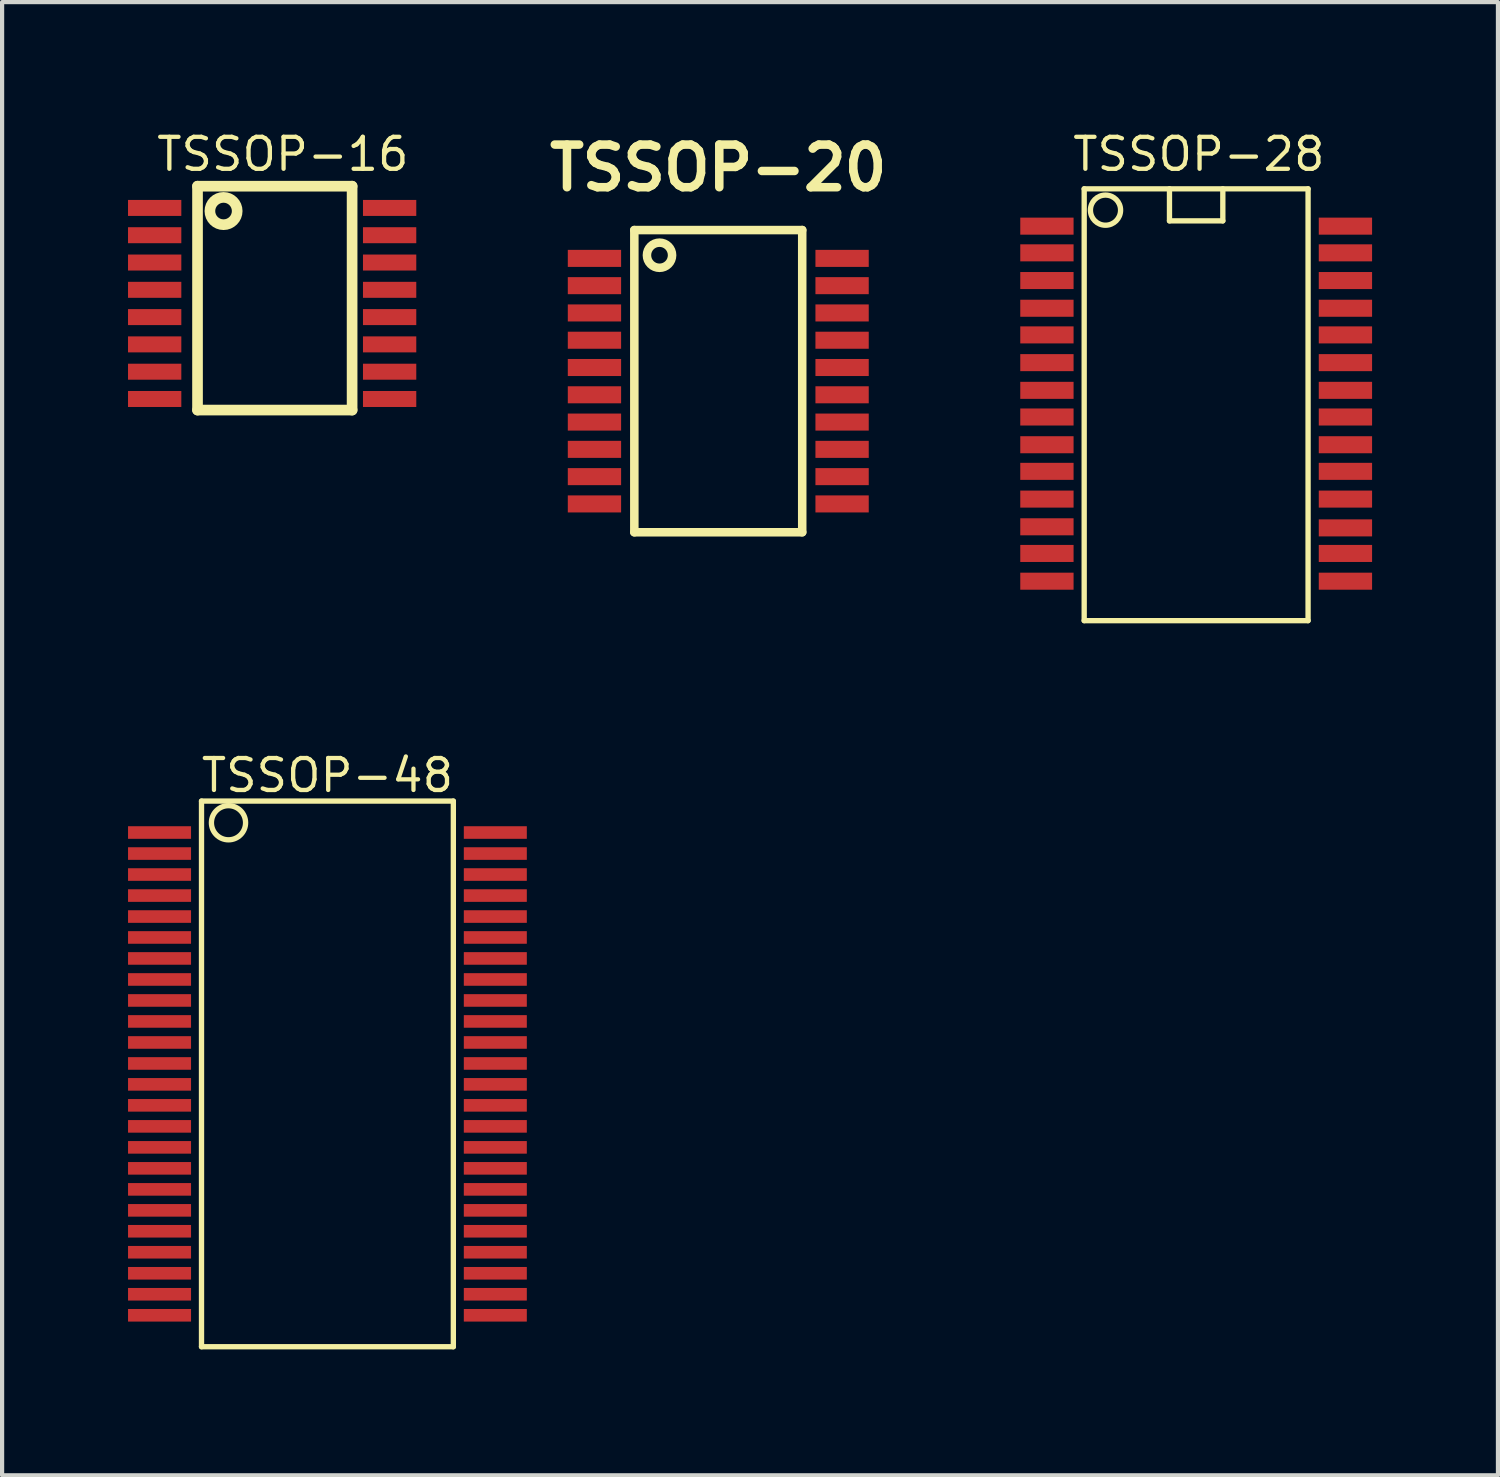
<source format=kicad_pcb>
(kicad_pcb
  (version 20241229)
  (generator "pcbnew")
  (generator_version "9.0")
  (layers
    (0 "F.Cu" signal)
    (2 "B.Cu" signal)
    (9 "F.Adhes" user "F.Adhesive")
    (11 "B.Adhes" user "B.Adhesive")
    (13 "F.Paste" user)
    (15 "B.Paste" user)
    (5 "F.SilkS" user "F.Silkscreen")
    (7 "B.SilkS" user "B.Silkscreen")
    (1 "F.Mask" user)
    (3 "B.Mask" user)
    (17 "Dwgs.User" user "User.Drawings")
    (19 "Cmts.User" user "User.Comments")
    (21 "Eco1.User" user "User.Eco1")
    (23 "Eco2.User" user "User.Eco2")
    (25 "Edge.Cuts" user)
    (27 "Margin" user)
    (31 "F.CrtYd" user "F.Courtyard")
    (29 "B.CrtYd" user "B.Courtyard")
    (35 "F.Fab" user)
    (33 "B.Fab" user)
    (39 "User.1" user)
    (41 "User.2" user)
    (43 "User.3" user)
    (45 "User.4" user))
  (footprint "TSSOP-20"
    (layer "F.Cu")
    (at 14.063 6.031)
    (property "Reference" "TSSOP-20" (at 0 -5.08 0) (layer "F.SilkS") (effects (font (size 1.016 1.016) (thickness 0.203))))
    (attr smd)
    (fp_line (start -2 -3.6) (end 2 -3.6) (stroke (width 0.203) (type solid)) (layer "F.SilkS"))
    (fp_line (start -2 3.6) (end -2 -3.6) (stroke (width 0.203) (type solid)) (layer "F.SilkS"))
    (fp_line (start 2 -3.6) (end 2 3.6) (stroke (width 0.203) (type solid)) (layer "F.SilkS"))
    (fp_line (start 2 3.6) (end -2 3.6) (stroke (width 0.203) (type solid)) (layer "F.SilkS"))
    (fp_circle (center -1.4 -3) (end -1.4 -2.7) (stroke (width 0.203) (type solid)) (fill no) (layer "F.SilkS"))
    (pad "1" smd rect (at -2.95 -2.925 270) (size 0.406 1.27) (layers "F.Cu" "F.Mask" "F.Paste"))
    (pad "2" smd rect (at -2.95 -2.275 270) (size 0.406 1.27) (layers "F.Cu" "F.Mask" "F.Paste"))
    (pad "3" smd rect (at -2.95 -1.625 270) (size 0.406 1.27) (layers "F.Cu" "F.Mask" "F.Paste"))
    (pad "4" smd rect (at -2.95 -0.975 270) (size 0.406 1.27) (layers "F.Cu" "F.Mask" "F.Paste"))
    (pad "5" smd rect (at -2.95 -0.325 270) (size 0.406 1.27) (layers "F.Cu" "F.Mask" "F.Paste"))
    (pad "6" smd rect (at -2.95 0.325 270) (size 0.406 1.27) (layers "F.Cu" "F.Mask" "F.Paste"))
    (pad "7" smd rect (at -2.95 0.975 270) (size 0.406 1.27) (layers "F.Cu" "F.Mask" "F.Paste"))
    (pad "8" smd rect (at -2.95 1.625 270) (size 0.406 1.27) (layers "F.Cu" "F.Mask" "F.Paste"))
    (pad "9" smd rect (at -2.95 2.275 270) (size 0.406 1.27) (layers "F.Cu" "F.Mask" "F.Paste"))
    (pad "10" smd rect (at -2.95 2.925 270) (size 0.406 1.27) (layers "F.Cu" "F.Mask" "F.Paste"))
    (pad "11" smd rect (at 2.95 2.925 270) (size 0.406 1.27) (layers "F.Cu" "F.Mask" "F.Paste"))
    (pad "12" smd rect (at 2.95 2.275 270) (size 0.406 1.27) (layers "F.Cu" "F.Mask" "F.Paste"))
    (pad "13" smd rect (at 2.95 1.625 270) (size 0.406 1.27) (layers "F.Cu" "F.Mask" "F.Paste"))
    (pad "14" smd rect (at 2.95 0.975 270) (size 0.406 1.27) (layers "F.Cu" "F.Mask" "F.Paste"))
    (pad "15" smd rect (at 2.95 0.325 270) (size 0.406 1.27) (layers "F.Cu" "F.Mask" "F.Paste"))
    (pad "16" smd rect (at 2.95 -0.325 270) (size 0.406 1.27) (layers "F.Cu" "F.Mask" "F.Paste"))
    (pad "17" smd rect (at 2.95 -0.975 270) (size 0.406 1.27) (layers "F.Cu" "F.Mask" "F.Paste"))
    (pad "18" smd rect (at 2.95 -1.625 270) (size 0.406 1.27) (layers "F.Cu" "F.Mask" "F.Paste"))
    (pad "19" smd rect (at 2.95 -2.275 270) (size 0.406 1.27) (layers "F.Cu" "F.Mask" "F.Paste"))
    (pad "20" smd rect (at 2.95 -2.925 270) (size 0.406 1.27) (layers "F.Cu" "F.Mask" "F.Paste")))
  (footprint "TSSOP-48"
    (layer "F.Cu")
    (at 4.751 22.536)
    (property "Reference" "TSSOP-48" (at 0 -7.112 0) (layer "F.SilkS") (effects (font (size 0.762 0.762) (thickness 0.102))))
    (attr through_hole)
    (fp_line (start -3 -6.5) (end 3 -6.5) (stroke (width 0.127) (type solid)) (layer "F.SilkS"))
    (fp_line (start -3 6.5) (end -3 -6.5) (stroke (width 0.127) (type solid)) (layer "F.SilkS"))
    (fp_line (start 3 -6.5) (end 3 6.5) (stroke (width 0.127) (type solid)) (layer "F.SilkS"))
    (fp_line (start 3 6.5) (end -3 6.5) (stroke (width 0.127) (type solid)) (layer "F.SilkS"))
    (fp_circle (center -2.357 -5.984) (end -2.675 -6.238) (stroke (width 0.127) (type solid)) (fill no) (layer "F.SilkS"))
    (pad "1" smd rect (at -4 -5.751 270) (size 0.3 1.501) (layers "F.Cu" "F.Mask" "F.Paste"))
    (pad "2" smd rect (at -4 -5.25 270) (size 0.3 1.501) (layers "F.Cu" "F.Mask" "F.Paste"))
    (pad "3" smd rect (at -4 -4.75 270) (size 0.3 1.501) (layers "F.Cu" "F.Mask" "F.Paste"))
    (pad "4" smd rect (at -4 -4.249 270) (size 0.3 1.501) (layers "F.Cu" "F.Mask" "F.Paste"))
    (pad "5" smd rect (at -4 -3.749 270) (size 0.3 1.501) (layers "F.Cu" "F.Mask" "F.Paste"))
    (pad "6" smd rect (at -4 -3.251 270) (size 0.3 1.501) (layers "F.Cu" "F.Mask" "F.Paste"))
    (pad "7" smd rect (at -4 -2.751 270) (size 0.3 1.501) (layers "F.Cu" "F.Mask" "F.Paste"))
    (pad "8" smd rect (at -4 -2.25 270) (size 0.3 1.501) (layers "F.Cu" "F.Mask" "F.Paste"))
    (pad "9" smd rect (at -4 -1.75 270) (size 0.3 1.501) (layers "F.Cu" "F.Mask" "F.Paste"))
    (pad "10" smd rect (at -4 -1.25 270) (size 0.3 1.501) (layers "F.Cu" "F.Mask" "F.Paste"))
    (pad "11" smd rect (at -4 -0.749 270) (size 0.3 1.501) (layers "F.Cu" "F.Mask" "F.Paste"))
    (pad "12" smd rect (at -4 -0.249 270) (size 0.3 1.501) (layers "F.Cu" "F.Mask" "F.Paste"))
    (pad "13" smd rect (at -4 0.249 270) (size 0.3 1.501) (layers "F.Cu" "F.Mask" "F.Paste"))
    (pad "14" smd rect (at -4 0.749 270) (size 0.3 1.501) (layers "F.Cu" "F.Mask" "F.Paste"))
    (pad "15" smd rect (at -4 1.25 270) (size 0.3 1.501) (layers "F.Cu" "F.Mask" "F.Paste"))
    (pad "16" smd rect (at -4 1.75 270) (size 0.3 1.501) (layers "F.Cu" "F.Mask" "F.Paste"))
    (pad "17" smd rect (at -4 2.25 270) (size 0.3 1.501) (layers "F.Cu" "F.Mask" "F.Paste"))
    (pad "18" smd rect (at -4 2.751 270) (size 0.3 1.501) (layers "F.Cu" "F.Mask" "F.Paste"))
    (pad "19" smd rect (at -4 3.251 270) (size 0.3 1.501) (layers "F.Cu" "F.Mask" "F.Paste"))
    (pad "20" smd rect (at -4 3.749 270) (size 0.3 1.501) (layers "F.Cu" "F.Mask" "F.Paste"))
    (pad "21" smd rect (at -4 4.249 270) (size 0.3 1.501) (layers "F.Cu" "F.Mask" "F.Paste"))
    (pad "22" smd rect (at -4 4.75 270) (size 0.3 1.501) (layers "F.Cu" "F.Mask" "F.Paste"))
    (pad "23" smd rect (at -4 5.25 270) (size 0.3 1.501) (layers "F.Cu" "F.Mask" "F.Paste"))
    (pad "24" smd rect (at -4 5.751 270) (size 0.3 1.501) (layers "F.Cu" "F.Mask" "F.Paste"))
    (pad "25" smd rect (at 4 5.751 270) (size 0.3 1.501) (layers "F.Cu" "F.Mask" "F.Paste"))
    (pad "26" smd rect (at 4 5.25 270) (size 0.3 1.501) (layers "F.Cu" "F.Mask" "F.Paste"))
    (pad "27" smd rect (at 4 4.75 270) (size 0.3 1.501) (layers "F.Cu" "F.Mask" "F.Paste"))
    (pad "28" smd rect (at 4 4.249 270) (size 0.3 1.501) (layers "F.Cu" "F.Mask" "F.Paste"))
    (pad "29" smd rect (at 4 3.749 270) (size 0.3 1.501) (layers "F.Cu" "F.Mask" "F.Paste"))
    (pad "30" smd rect (at 4 3.251 270) (size 0.3 1.501) (layers "F.Cu" "F.Mask" "F.Paste"))
    (pad "31" smd rect (at 4 2.751 270) (size 0.3 1.501) (layers "F.Cu" "F.Mask" "F.Paste"))
    (pad "32" smd rect (at 4 2.25 270) (size 0.3 1.501) (layers "F.Cu" "F.Mask" "F.Paste"))
    (pad "33" smd rect (at 4 1.75 270) (size 0.3 1.501) (layers "F.Cu" "F.Mask" "F.Paste"))
    (pad "34" smd rect (at 4 1.25 270) (size 0.3 1.501) (layers "F.Cu" "F.Mask" "F.Paste"))
    (pad "35" smd rect (at 4 0.749 270) (size 0.3 1.501) (layers "F.Cu" "F.Mask" "F.Paste"))
    (pad "36" smd rect (at 4 0.249 270) (size 0.3 1.501) (layers "F.Cu" "F.Mask" "F.Paste"))
    (pad "37" smd rect (at 4 -0.249 270) (size 0.3 1.501) (layers "F.Cu" "F.Mask" "F.Paste"))
    (pad "38" smd rect (at 4 -0.749 270) (size 0.3 1.501) (layers "F.Cu" "F.Mask" "F.Paste"))
    (pad "39" smd rect (at 4 -1.25 270) (size 0.3 1.501) (layers "F.Cu" "F.Mask" "F.Paste"))
    (pad "40" smd rect (at 4 -1.75 270) (size 0.3 1.501) (layers "F.Cu" "F.Mask" "F.Paste"))
    (pad "41" smd rect (at 4 -2.25 270) (size 0.3 1.501) (layers "F.Cu" "F.Mask" "F.Paste"))
    (pad "42" smd rect (at 4 -2.751 270) (size 0.3 1.501) (layers "F.Cu" "F.Mask" "F.Paste"))
    (pad "43" smd rect (at 4 -3.251 270) (size 0.3 1.501) (layers "F.Cu" "F.Mask" "F.Paste"))
    (pad "44" smd rect (at 4 -3.749 270) (size 0.3 1.501) (layers "F.Cu" "F.Mask" "F.Paste"))
    (pad "45" smd rect (at 4 -4.249 270) (size 0.3 1.501) (layers "F.Cu" "F.Mask" "F.Paste"))
    (pad "46" smd rect (at 4 -4.75 270) (size 0.3 1.501) (layers "F.Cu" "F.Mask" "F.Paste"))
    (pad "47" smd rect (at 4 -5.25 270) (size 0.3 1.501) (layers "F.Cu" "F.Mask" "F.Paste"))
    (pad "48" smd rect (at 4 -5.751 270) (size 0.3 1.501) (layers "F.Cu" "F.Mask" "F.Paste")))
  (footprint "TSSOP-28"
    (layer "F.Cu")
    (at 25.512 6.593)
    (property "Reference" "TSSOP-28" (at 0 -5.969 0) (layer "F.SilkS") (effects (font (size 0.762 0.762) (thickness 0.102))))
    (attr smd)
    (fp_line (start -2.731 5.144) (end -2.731 -5.144) (stroke (width 0.127) (type solid)) (layer "F.SilkS"))
    (fp_line (start -0.699 -4.381) (end -0.699 -5.144) (stroke (width 0.127) (type solid)) (layer "F.SilkS"))
    (fp_line (start 0.572 -5.144) (end 0.572 -4.381) (stroke (width 0.127) (type solid)) (layer "F.SilkS"))
    (fp_line (start 0.572 -4.381) (end -0.699 -4.381) (stroke (width 0.127) (type solid)) (layer "F.SilkS"))
    (fp_line (start 2.603 -5.144) (end -2.731 -5.144) (stroke (width 0.127) (type solid)) (layer "F.SilkS"))
    (fp_line (start 2.603 -5.144) (end 2.603 5.144) (stroke (width 0.127) (type solid)) (layer "F.SilkS"))
    (fp_line (start 2.603 5.144) (end -2.731 5.144) (stroke (width 0.127) (type solid)) (layer "F.SilkS"))
    (fp_circle (center -2.223 -4.636) (end -1.968 -4.889) (stroke (width 0.127) (type solid)) (fill no) (layer "F.SilkS"))
    (pad "1" smd rect (at -3.619 -4.255 270) (size 0.406 1.27) (layers "F.Cu" "F.Mask" "F.Paste"))
    (pad "2" smd rect (at -3.619 -3.619 270) (size 0.406 1.27) (layers "F.Cu" "F.Mask" "F.Paste"))
    (pad "3" smd rect (at -3.619 -2.959 270) (size 0.406 1.27) (layers "F.Cu" "F.Mask" "F.Paste"))
    (pad "4" smd rect (at -3.619 -2.299 270) (size 0.406 1.27) (layers "F.Cu" "F.Mask" "F.Paste"))
    (pad "5" smd rect (at -3.619 -1.664 270) (size 0.406 1.27) (layers "F.Cu" "F.Mask" "F.Paste"))
    (pad "6" smd rect (at -3.619 -1.003 270) (size 0.406 1.27) (layers "F.Cu" "F.Mask" "F.Paste"))
    (pad "7" smd rect (at -3.619 -0.343 270) (size 0.406 1.27) (layers "F.Cu" "F.Mask" "F.Paste"))
    (pad "8" smd rect (at -3.619 0.292 270) (size 0.406 1.27) (layers "F.Cu" "F.Mask" "F.Paste"))
    (pad "9" smd rect (at -3.619 0.953 270) (size 0.406 1.27) (layers "F.Cu" "F.Mask" "F.Paste"))
    (pad "10" smd rect (at -3.619 1.587 270) (size 0.406 1.27) (layers "F.Cu" "F.Mask" "F.Paste"))
    (pad "11" smd rect (at -3.619 2.248 270) (size 0.406 1.27) (layers "F.Cu" "F.Mask" "F.Paste"))
    (pad "12" smd rect (at -3.619 2.908 270) (size 0.406 1.27) (layers "F.Cu" "F.Mask" "F.Paste"))
    (pad "13" smd rect (at -3.619 3.543 270) (size 0.406 1.27) (layers "F.Cu" "F.Mask" "F.Paste"))
    (pad "14" smd rect (at -3.619 4.204 270) (size 0.406 1.27) (layers "F.Cu" "F.Mask" "F.Paste"))
    (pad "15" smd rect (at 3.493 4.204 270) (size 0.406 1.27) (layers "F.Cu" "F.Mask" "F.Paste"))
    (pad "16" smd rect (at 3.493 3.543 270) (size 0.406 1.27) (layers "F.Cu" "F.Mask" "F.Paste"))
    (pad "17" smd rect (at 3.493 2.934 270) (size 0.406 1.27) (layers "F.Cu" "F.Mask" "F.Paste"))
    (pad "18" smd rect (at 3.493 2.248 270) (size 0.406 1.27) (layers "F.Cu" "F.Mask" "F.Paste"))
    (pad "19" smd rect (at 3.493 1.587 270) (size 0.406 1.27) (layers "F.Cu" "F.Mask" "F.Paste"))
    (pad "20" smd rect (at 3.493 0.953 270) (size 0.406 1.27) (layers "F.Cu" "F.Mask" "F.Paste"))
    (pad "21" smd rect (at 3.493 0.292 270) (size 0.406 1.27) (layers "F.Cu" "F.Mask" "F.Paste"))
    (pad "22" smd rect (at 3.493 -0.343 270) (size 0.406 1.27) (layers "F.Cu" "F.Mask" "F.Paste"))
    (pad "23" smd rect (at 3.493 -1.003 270) (size 0.406 1.27) (layers "F.Cu" "F.Mask" "F.Paste"))
    (pad "24" smd rect (at 3.493 -1.664 270) (size 0.406 1.27) (layers "F.Cu" "F.Mask" "F.Paste"))
    (pad "25" smd rect (at 3.493 -2.299 270) (size 0.406 1.27) (layers "F.Cu" "F.Mask" "F.Paste"))
    (pad "26" smd rect (at 3.493 -2.959 270) (size 0.406 1.27) (layers "F.Cu" "F.Mask" "F.Paste"))
    (pad "27" smd rect (at 3.493 -3.619 270) (size 0.406 1.27) (layers "F.Cu" "F.Mask" "F.Paste"))
    (pad "28" smd rect (at 3.493 -4.255 270) (size 0.406 1.27) (layers "F.Cu" "F.Mask" "F.Paste")))
  (footprint "TSSOP-16"
    (layer "F.Cu")
    (at 3.688 4.18)
    (property "Reference" "TSSOP-16" (at 0 -3.556 0) (layer "F.SilkS") (effects (font (size 0.762 0.762) (thickness 0.102))))
    (attr smd)
    (fp_line (start -2.032 -2.794) (end 1.651 -2.794) (stroke (width 0.254) (type solid)) (layer "F.SilkS"))
    (fp_line (start -2.032 2.54) (end -2.032 -2.794) (stroke (width 0.254) (type solid)) (layer "F.SilkS"))
    (fp_line (start 1.651 -2.794) (end 1.651 2.54) (stroke (width 0.254) (type solid)) (layer "F.SilkS"))
    (fp_line (start 1.651 2.54) (end -2.032 2.54) (stroke (width 0.254) (type solid)) (layer "F.SilkS"))
    (fp_circle (center -1.412 -2.202) (end -1.666 -2.405) (stroke (width 0.254) (type solid)) (fill no) (layer "F.SilkS"))
    (pad "1" smd rect (at -3.053 -2.276 270) (size 0.381 1.27) (layers "F.Cu" "F.Mask" "F.Paste"))
    (pad "2" smd rect (at -3.053 -1.626 270) (size 0.381 1.27) (layers "F.Cu" "F.Mask" "F.Paste"))
    (pad "3" smd rect (at -3.053 -0.975 270) (size 0.381 1.27) (layers "F.Cu" "F.Mask" "F.Paste"))
    (pad "4" smd rect (at -3.053 -0.325 270) (size 0.381 1.27) (layers "F.Cu" "F.Mask" "F.Paste"))
    (pad "5" smd rect (at -3.053 0.325 270) (size 0.381 1.27) (layers "F.Cu" "F.Mask" "F.Paste"))
    (pad "6" smd rect (at -3.053 0.975 270) (size 0.381 1.27) (layers "F.Cu" "F.Mask" "F.Paste"))
    (pad "7" smd rect (at -3.053 1.626 270) (size 0.381 1.27) (layers "F.Cu" "F.Mask" "F.Paste"))
    (pad "8" smd rect (at -3.053 2.276 270) (size 0.381 1.27) (layers "F.Cu" "F.Mask" "F.Paste"))
    (pad "9" smd rect (at 2.545 2.276 270) (size 0.381 1.27) (layers "F.Cu" "F.Mask" "F.Paste"))
    (pad "10" smd rect (at 2.545 1.626 270) (size 0.381 1.27) (layers "F.Cu" "F.Mask" "F.Paste"))
    (pad "11" smd rect (at 2.545 0.975 270) (size 0.381 1.27) (layers "F.Cu" "F.Mask" "F.Paste"))
    (pad "12" smd rect (at 2.545 0.325 270) (size 0.381 1.27) (layers "F.Cu" "F.Mask" "F.Paste"))
    (pad "13" smd rect (at 2.545 -0.325 270) (size 0.381 1.27) (layers "F.Cu" "F.Mask" "F.Paste"))
    (pad "14" smd rect (at 2.545 -0.975 270) (size 0.381 1.27) (layers "F.Cu" "F.Mask" "F.Paste"))
    (pad "15" smd rect (at 2.545 -1.626 270) (size 0.381 1.27) (layers "F.Cu" "F.Mask" "F.Paste"))
    (pad "16" smd rect (at 2.545 -2.276 270) (size 0.381 1.27) (layers "F.Cu" "F.Mask" "F.Paste")))
  (gr_rect
    (start -3 -3)
    (end 32.639 32.1)
    (stroke (width 0.1) (type default))
    (fill no)
    (layer "Edge.Cuts")))
</source>
